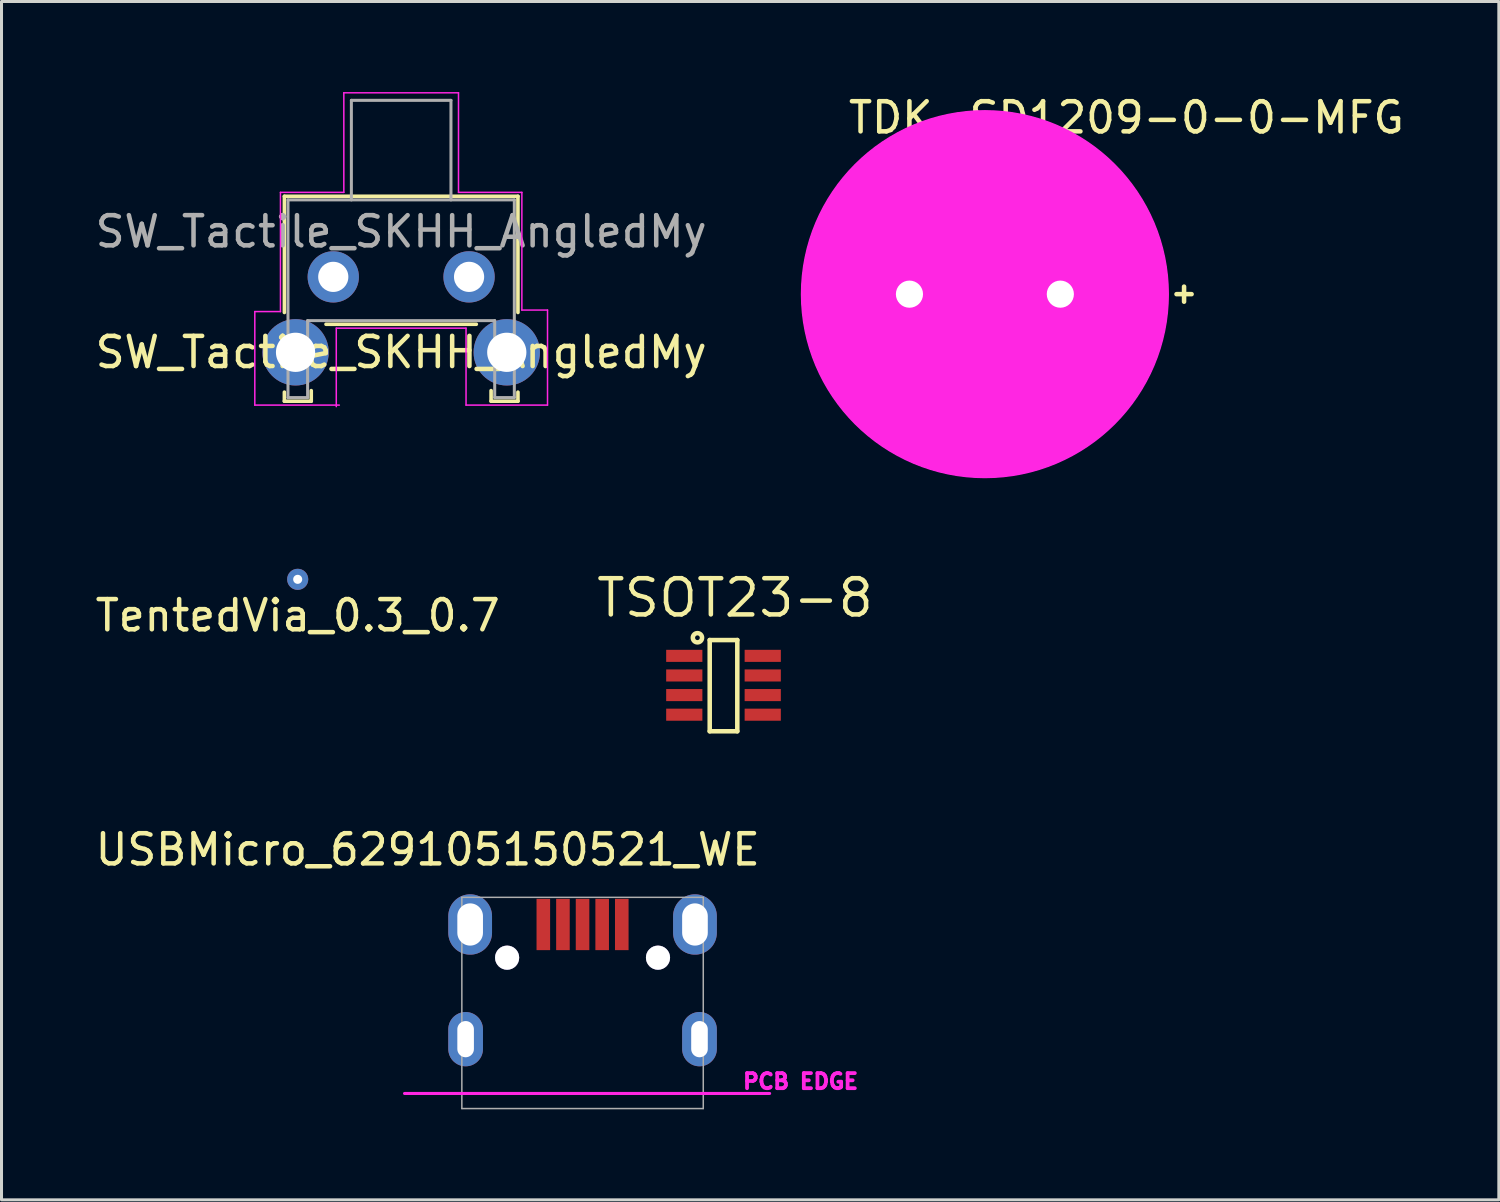
<source format=kicad_pcb>
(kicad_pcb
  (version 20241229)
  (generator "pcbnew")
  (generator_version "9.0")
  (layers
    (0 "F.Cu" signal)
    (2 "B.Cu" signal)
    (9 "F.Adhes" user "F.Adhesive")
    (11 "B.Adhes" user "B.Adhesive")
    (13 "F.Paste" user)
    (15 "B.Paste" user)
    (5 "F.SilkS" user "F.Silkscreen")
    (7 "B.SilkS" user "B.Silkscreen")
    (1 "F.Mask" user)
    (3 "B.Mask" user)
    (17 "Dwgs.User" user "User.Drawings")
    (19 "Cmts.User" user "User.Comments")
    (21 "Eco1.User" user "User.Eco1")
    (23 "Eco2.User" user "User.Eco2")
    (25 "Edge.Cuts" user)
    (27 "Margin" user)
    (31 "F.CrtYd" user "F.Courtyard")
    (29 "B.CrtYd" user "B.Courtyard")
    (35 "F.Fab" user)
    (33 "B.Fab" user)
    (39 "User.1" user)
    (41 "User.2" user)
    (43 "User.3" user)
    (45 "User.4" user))
  (footprint "SW_Tactile_SKHH_AngledMy"
    (layer "F.Cu")
    (at 7.994 6.125)
    (property "Reference" "SW_Tactile_SKHH_AngledMy" (at 2.25 2.5 0) (layer "F.SilkS") (effects (font (size 1 1) (thickness 0.15))))
    (attr through_hole)
    (fp_circle (center -1.25 2.5) (end -1.885 2.5) (stroke (width 0.1) (type solid)) (fill no) (layer "F.Mask"))
    (fp_circle (center 0 0) (end -0.445 0) (stroke (width 0.1) (type solid)) (fill no) (layer "F.Mask"))
    (fp_circle (center 4.5 0) (end 4.056 0) (stroke (width 0.1) (type solid)) (fill no) (layer "F.Mask"))
    (fp_circle (center 5.75 2.5) (end 5.115 2.5) (stroke (width 0.1) (type solid)) (fill no) (layer "F.Mask"))
    (fp_circle (center -1.25 2.5) (end -2.393 2.5) (stroke (width 0.1) (type solid)) (fill no) (layer "B.Mask"))
    (fp_circle (center 0 0) (end -0.889 0) (stroke (width 0.1) (type solid)) (fill no) (layer "B.Mask"))
    (fp_circle (center 4.5 0) (end 3.611 0) (stroke (width 0.1) (type solid)) (fill no) (layer "B.Mask"))
    (fp_circle (center 5.75 2.5) (end 4.607 2.5) (stroke (width 0.1) (type solid)) (fill no) (layer "B.Mask"))
    (fp_line (start -1.62 -2.67) (end -1.62 1.18) (stroke (width 0.12) (type solid)) (layer "F.SilkS"))
    (fp_line (start -1.62 3.82) (end -1.62 4.12) (stroke (width 0.12) (type solid)) (layer "F.SilkS"))
    (fp_line (start -0.73 4.12) (end -1.62 4.12) (stroke (width 0.12) (type solid)) (layer "F.SilkS"))
    (fp_line (start -0.73 4.12) (end -0.73 3.77) (stroke (width 0.12) (type solid)) (layer "F.SilkS"))
    (fp_line (start -0.24 1.57) (end 4.74 1.57) (stroke (width 0.12) (type solid)) (layer "F.SilkS"))
    (fp_line (start 5.23 4.12) (end 5.23 3.77) (stroke (width 0.12) (type solid)) (layer "F.SilkS"))
    (fp_line (start 6.12 -2.67) (end -1.62 -2.67) (stroke (width 0.12) (type solid)) (layer "F.SilkS"))
    (fp_line (start 6.12 1.18) (end 6.12 -2.67) (stroke (width 0.12) (type solid)) (layer "F.SilkS"))
    (fp_line (start 6.12 3.82) (end 6.12 4.12) (stroke (width 0.12) (type solid)) (layer "F.SilkS"))
    (fp_line (start 6.12 4.12) (end 5.23 4.12) (stroke (width 0.12) (type solid)) (layer "F.SilkS"))
    (fp_line (start -2.6 1.15) (end -1.75 1.15) (stroke (width 0.05) (type solid)) (layer "F.CrtYd"))
    (fp_line (start -2.6 4.25) (end -2.6 1.15) (stroke (width 0.05) (type solid)) (layer "F.CrtYd"))
    (fp_line (start -1.75 1.15) (end -1.75 -2.8) (stroke (width 0.05) (type solid)) (layer "F.CrtYd"))
    (fp_line (start 0.1 1.7) (end 4.4 1.7) (stroke (width 0.05) (type solid)) (layer "F.CrtYd"))
    (fp_line (start 0.1 4.3) (end 0.1 1.7) (stroke (width 0.05) (type solid)) (layer "F.CrtYd"))
    (fp_line (start 0.2 4.25) (end -2.6 4.25) (stroke (width 0.05) (type solid)) (layer "F.CrtYd"))
    (fp_line (start 0.35 -6.1) (end 0.35 -2.8) (stroke (width 0.05) (type solid)) (layer "F.CrtYd"))
    (fp_line (start 0.35 -2.8) (end -1.75 -2.8) (stroke (width 0.05) (type solid)) (layer "F.CrtYd"))
    (fp_line (start 4.15 -6.1) (end 0.35 -6.1) (stroke (width 0.05) (type solid)) (layer "F.CrtYd"))
    (fp_line (start 4.15 -2.8) (end 4.15 -6.1) (stroke (width 0.05) (type solid)) (layer "F.CrtYd"))
    (fp_line (start 4.4 1.7) (end 4.4 4.25) (stroke (width 0.05) (type solid)) (layer "F.CrtYd"))
    (fp_line (start 4.4 4.25) (end 7.1 4.25) (stroke (width 0.05) (type solid)) (layer "F.CrtYd"))
    (fp_line (start 6.25 -2.8) (end 4.15 -2.8) (stroke (width 0.05) (type solid)) (layer "F.CrtYd"))
    (fp_line (start 6.25 1.1) (end 6.25 -2.8) (stroke (width 0.05) (type solid)) (layer "F.CrtYd"))
    (fp_line (start 7.1 1.1) (end 6.25 1.1) (stroke (width 0.05) (type solid)) (layer "F.CrtYd"))
    (fp_line (start 7.1 4.25) (end 7.1 1.1) (stroke (width 0.05) (type solid)) (layer "F.CrtYd"))
    (fp_line (start -1.5 4) (end -1.5 -2.55) (stroke (width 0.1) (type solid)) (layer "F.Fab"))
    (fp_line (start -0.85 1.45) (end -0.85 4) (stroke (width 0.1) (type solid)) (layer "F.Fab"))
    (fp_line (start -0.85 4) (end -1.5 4) (stroke (width 0.1) (type solid)) (layer "F.Fab"))
    (fp_line (start 0.6 -5.85) (end 3.9 -5.85) (stroke (width 0.1) (type solid)) (layer "F.Fab"))
    (fp_line (start 0.6 -2.55) (end 0.6 -5.85) (stroke (width 0.1) (type solid)) (layer "F.Fab"))
    (fp_line (start 3.9 -2.55) (end 3.9 -5.85) (stroke (width 0.1) (type solid)) (layer "F.Fab"))
    (fp_line (start 5.35 1.45) (end -0.85 1.45) (stroke (width 0.1) (type solid)) (layer "F.Fab"))
    (fp_line (start 5.35 1.45) (end 5.35 4) (stroke (width 0.1) (type solid)) (layer "F.Fab"))
    (fp_line (start 6 -2.55) (end -1.5 -2.55) (stroke (width 0.1) (type solid)) (layer "F.Fab"))
    (fp_line (start 6 -2.55) (end 6 4) (stroke (width 0.1) (type solid)) (layer "F.Fab"))
    (fp_line (start 6 4) (end 5.35 4) (stroke (width 0.1) (type solid)) (layer "F.Fab"))
    (fp_text user "${REFERENCE}" (at 2.25 -1.5 0) (layer "F.Fab") (effects (font (size 1 1) (thickness 0.15))))
    (pad "" thru_hole circle (at -1.25 2.5 180) (size 2.2 2.2) (drill 1.3) (layers "*.Cu" "*.Mask"))
    (pad "" thru_hole circle (at 5.75 2.5 180) (size 2.2 2.2) (drill 1.3) (layers "*.Cu" "*.Mask"))
    (pad "1" thru_hole circle (at 0 0 180) (size 1.7 1.7) (drill 1) (layers "*.Cu" "*.Mask"))
    (pad "2" thru_hole circle (at 4.5 0 180) (size 1.7 1.7) (drill 1) (layers "*.Cu" "*.Mask")))
  (footprint "TentedVia_0.3_0.7"
    (layer "F.Cu")
    (at 6.815 16.148)
    (property "Reference" "TentedVia_0.3_0.7" (at 0 1.2 0) (layer "F.SilkS") (effects (font (size 1 1) (thickness 0.15))))
    (attr through_hole)
    (pad "1" thru_hole circle (at 0 0) (size 0.7 0.7) (drill 0.3) (layers "*.Cu")))
  (footprint "TSOT23-8"
    (layer "F.Cu")
    (at 20.926 19.659)
    (property "Reference" "TSOT23-8" (at 0.381 -2.896 0) (layer "F.SilkS") (effects (font (size 1.2 1.2) (thickness 0.15))))
    (attr through_hole)
    (fp_line (start -0.457 -1.499) (end -0.457 1.524) (stroke (width 0.15) (type solid)) (layer "F.SilkS"))
    (fp_line (start -0.457 -1.499) (end 0.457 -1.499) (stroke (width 0.15) (type solid)) (layer "F.SilkS"))
    (fp_line (start -0.457 1.524) (end 0.457 1.524) (stroke (width 0.15) (type solid)) (layer "F.SilkS"))
    (fp_line (start 0.457 1.524) (end 0.457 -1.499) (stroke (width 0.15) (type solid)) (layer "F.SilkS"))
    (fp_circle (center -0.864 -1.575) (end -0.711 -1.575) (stroke (width 0.15) (type solid)) (fill no) (layer "F.SilkS"))
    (pad "1" smd rect (at -1.3 -0.975 270) (size 0.4 1.2) (layers "F.Cu" "F.Mask" "F.Paste"))
    (pad "2" smd rect (at -1.3 -0.325 270) (size 0.4 1.2) (layers "F.Cu" "F.Mask" "F.Paste"))
    (pad "3" smd rect (at -1.3 0.325 270) (size 0.4 1.2) (layers "F.Cu" "F.Mask" "F.Paste"))
    (pad "4" smd rect (at -1.3 0.975 270) (size 0.4 1.2) (layers "F.Cu" "F.Mask" "F.Paste"))
    (pad "5" smd rect (at 1.3 0.975 270) (size 0.4 1.2) (layers "F.Cu" "F.Mask" "F.Paste"))
    (pad "6" smd rect (at 1.3 0.325 270) (size 0.4 1.2) (layers "F.Cu" "F.Mask" "F.Paste"))
    (pad "7" smd rect (at 1.3 -0.325 270) (size 0.4 1.2) (layers "F.Cu" "F.Mask" "F.Paste"))
    (pad "8" smd rect (at 1.3 -0.975 270) (size 0.4 1.2) (layers "F.Cu" "F.Mask" "F.Paste")))
  (footprint "USBMicro_629105150521_WE"
    (layer "F.Cu")
    (at 19.755 31.186)
    (property "Reference" "USBMicro_629105150521_WE" (at -8.63 -6.08 0) (layer "F.SilkS") (effects (font (size 1 1) (thickness 0.15))))
    (attr through_hole)
    (fp_line (start -9.4 2) (end 2.7 2) (stroke (width 0.1) (type solid)) (layer "F.CrtYd"))
    (fp_line (start -7.5 -4.5) (end -7.5 2.5) (stroke (width 0.05) (type solid)) (layer "F.Fab"))
    (fp_line (start -7.5 2.5) (end 0.5 2.5) (stroke (width 0.05) (type solid)) (layer "F.Fab"))
    (fp_line (start 0.5 -4.5) (end -7.5 -4.5) (stroke (width 0.05) (type solid)) (layer "F.Fab"))
    (fp_line (start 0.5 2.5) (end 0.5 -4.5) (stroke (width 0.05) (type solid)) (layer "F.Fab"))
    (fp_text user "PCB EDGE" (at 3.725 1.6 0) (layer "F.CrtYd") (effects (font (size 0.5 0.5) (thickness 0.125))))
    (pad "1" smd rect (at -4.8 -3.6) (size 0.45 1.7) (layers "F.Cu" "F.Mask" "F.Paste"))
    (pad "2" smd rect (at -4.15 -3.6) (size 0.45 1.7) (layers "F.Cu" "F.Mask" "F.Paste"))
    (pad "3" smd rect (at -3.5 -3.6) (size 0.45 1.7) (layers "F.Cu" "F.Mask" "F.Paste"))
    (pad "4" smd rect (at -2.85 -3.6) (size 0.45 1.7) (layers "F.Cu" "F.Mask" "F.Paste"))
    (pad "5" smd rect (at -2.2 -3.6) (size 0.45 1.7) (layers "F.Cu" "F.Mask" "F.Paste"))
    (pad "6" thru_hole oval (at -7.375 0.2) (size 1.15 1.8) (drill oval 0.55 1.2) (layers "*.Cu" "*.Mask"))
    (pad "6" thru_hole oval (at -7.225 -3.6) (size 1.45 2) (drill oval 0.85 1.4) (layers "*.Cu" "*.Mask"))
    (pad "6" thru_hole oval (at 0.225 -3.6) (size 1.45 2) (drill oval 0.85 1.4) (layers "*.Cu" "*.Mask"))
    (pad "6" thru_hole oval (at 0.375 0.2) (size 1.15 1.8) (drill oval 0.55 1.2) (layers "*.Cu" "*.Mask"))
    (pad "7" thru_hole circle (at -6 -2.5) (size 0.8 0.8) (drill 0.8) (layers "*.Cu" "*.Mask"))
    (pad "7" thru_hole circle (at -1 -2.5) (size 0.8 0.8) (drill 0.8) (layers "*.Cu" "*.Mask")))
  (footprint "TDK-SD1209-0-0-MFG"
    (layer "F.Cu")
    (at 29.588 6.698)
    (property "Reference" "TDK-SD1209-0-0-MFG" (at -4.6 -5.85 0) (layer "F.SilkS") (effects (font (size 1 1) (thickness 0.15)) (justify left)))
    (attr through_hole)
    (fp_line (start 6.35 0) (end 6.85 0) (stroke (width 0.15) (type solid)) (layer "F.SilkS"))
    (fp_line (start 6.6 -0.25) (end 6.6 0.25) (stroke (width 0.15) (type solid)) (layer "F.SilkS"))
    (fp_circle (center 0 0) (end 6 0) (stroke (width 0.15) (type solid)) (fill no) (layer "F.SilkS"))
    (fp_circle (center 0 0) (end 3.05 0) (stroke (width 6.1) (type solid)) (fill no) (layer "F.CrtYd"))
    (fp_circle (center 0 0) (end 6 0) (stroke (width 0.15) (type solid)) (fill no) (layer "F.Fab"))
    (pad "1" thru_hole rect (at -2.5 0) (size 1.4 1.4) (drill 0.9) (layers "*.Cu" "*.Mask"))
    (pad "2" thru_hole circle (at 2.5 0) (size 1.4 1.4) (drill 0.9) (layers "*.Cu" "*.Mask")))
  (gr_rect
    (start -3 -3)
    (end 46.619 36.711)
    (stroke (width 0.1) (type default))
    (fill no)
    (layer "Edge.Cuts")))
</source>
